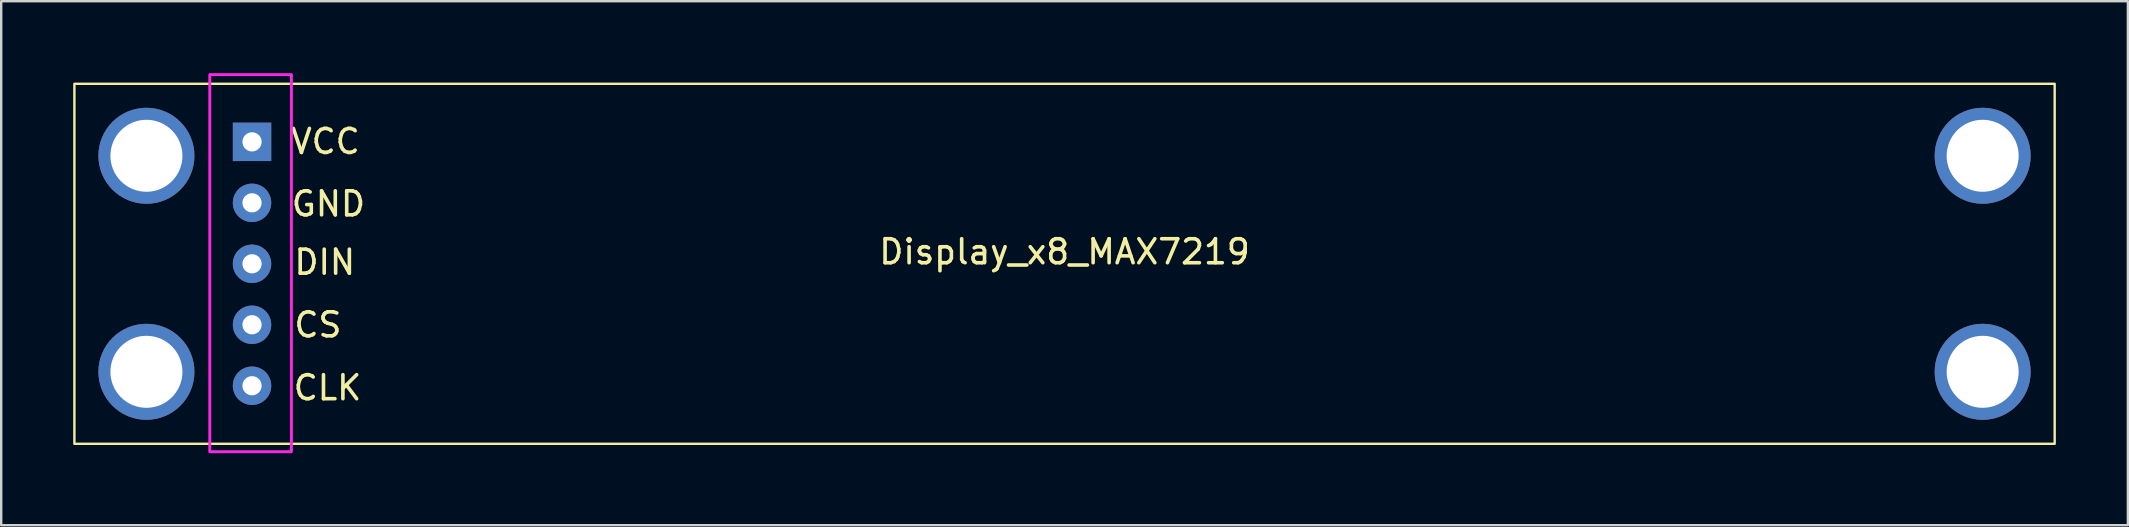
<source format=kicad_pcb>
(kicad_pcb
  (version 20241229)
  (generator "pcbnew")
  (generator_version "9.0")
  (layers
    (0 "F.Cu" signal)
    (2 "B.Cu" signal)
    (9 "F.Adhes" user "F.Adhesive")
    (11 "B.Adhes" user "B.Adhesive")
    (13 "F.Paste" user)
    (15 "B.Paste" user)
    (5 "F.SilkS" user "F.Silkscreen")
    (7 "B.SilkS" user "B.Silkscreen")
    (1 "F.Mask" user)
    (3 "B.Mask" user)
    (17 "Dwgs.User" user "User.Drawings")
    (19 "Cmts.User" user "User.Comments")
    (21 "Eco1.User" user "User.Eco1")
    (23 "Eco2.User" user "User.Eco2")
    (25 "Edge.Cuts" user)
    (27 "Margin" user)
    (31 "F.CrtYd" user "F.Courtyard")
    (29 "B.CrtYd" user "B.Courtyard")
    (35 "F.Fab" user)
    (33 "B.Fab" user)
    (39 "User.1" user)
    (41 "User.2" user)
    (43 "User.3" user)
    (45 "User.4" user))
  (footprint "Display_x8_MAX7219"
    (layer "F.Cu")
    (at 41.3 7.94)
    (property "Reference" "Display_x8_MAX7219" (at 0 -0.5 0) (unlocked yes) (layer "F.SilkS") (effects (font (size 1 1) (thickness 0.15))))
    (attr through_hole)
    (fp_rect (start -41.25 -7.5) (end 41.25 7.5) (stroke (width 0.1) (type default)) (fill no) (layer "F.SilkS"))
    (fp_rect (start -35.61 -7.88) (end -32.21 7.83) (stroke (width 0.12) (type default)) (fill no) (layer "F.CrtYd"))
    (fp_text user "GND" (at -32.29 -1.91 0) (unlocked yes) (layer "F.SilkS") (effects (font (size 1 1) (thickness 0.15)) (justify left bottom)))
    (fp_text user "DIN" (at -32.18 0.52 0) (unlocked yes) (layer "F.SilkS") (effects (font (size 1 1) (thickness 0.15)) (justify left bottom)))
    (fp_text user "CS" (at -32.18 3.13 0) (unlocked yes) (layer "F.SilkS") (effects (font (size 1 1) (thickness 0.15)) (justify left bottom)))
    (fp_text user "VCC" (at -32.32 -4.51 0) (unlocked yes) (layer "F.SilkS") (effects (font (size 1 1) (thickness 0.15)) (justify left bottom)))
    (fp_text user "CLK" (at -32.21 5.75 0) (unlocked yes) (layer "F.SilkS") (effects (font (size 1 1) (thickness 0.15)) (justify left bottom)))
    (pad "" np_thru_hole circle (at -38.25 -4.5) (size 4 4) (drill 3) (layers "*.Cu" "*.Mask"))
    (pad "" np_thru_hole circle (at -38.25 4.5) (size 4 4) (drill 3) (layers "*.Cu" "*.Mask"))
    (pad "" np_thru_hole circle (at 38.25 -4.5) (size 4 4) (drill 3) (layers "*.Cu" "*.Mask"))
    (pad "" np_thru_hole circle (at 38.25 4.5) (size 4 4) (drill 3) (layers "*.Cu" "*.Mask"))
    (pad "1" thru_hole rect (at -33.85 -5.08) (size 1.6 1.6) (drill 0.8) (layers "*.Cu" "*.Mask"))
    (pad "2" thru_hole oval (at -33.85 -2.54) (size 1.6 1.6) (drill 0.8) (layers "*.Cu" "*.Mask"))
    (pad "3" thru_hole oval (at -33.85 0) (size 1.6 1.6) (drill 0.8) (layers "*.Cu" "*.Mask"))
    (pad "4" thru_hole oval (at -33.85 2.54) (size 1.6 1.6) (drill 0.8) (layers "*.Cu" "*.Mask"))
    (pad "5" thru_hole oval (at -33.85 5.08) (size 1.6 1.6) (drill 0.8) (layers "*.Cu" "*.Mask")))
  (gr_rect
    (start -3 -3)
    (end 85.6 18.83)
    (stroke (width 0.1) (type default))
    (fill no)
    (layer "Edge.Cuts")))
</source>
